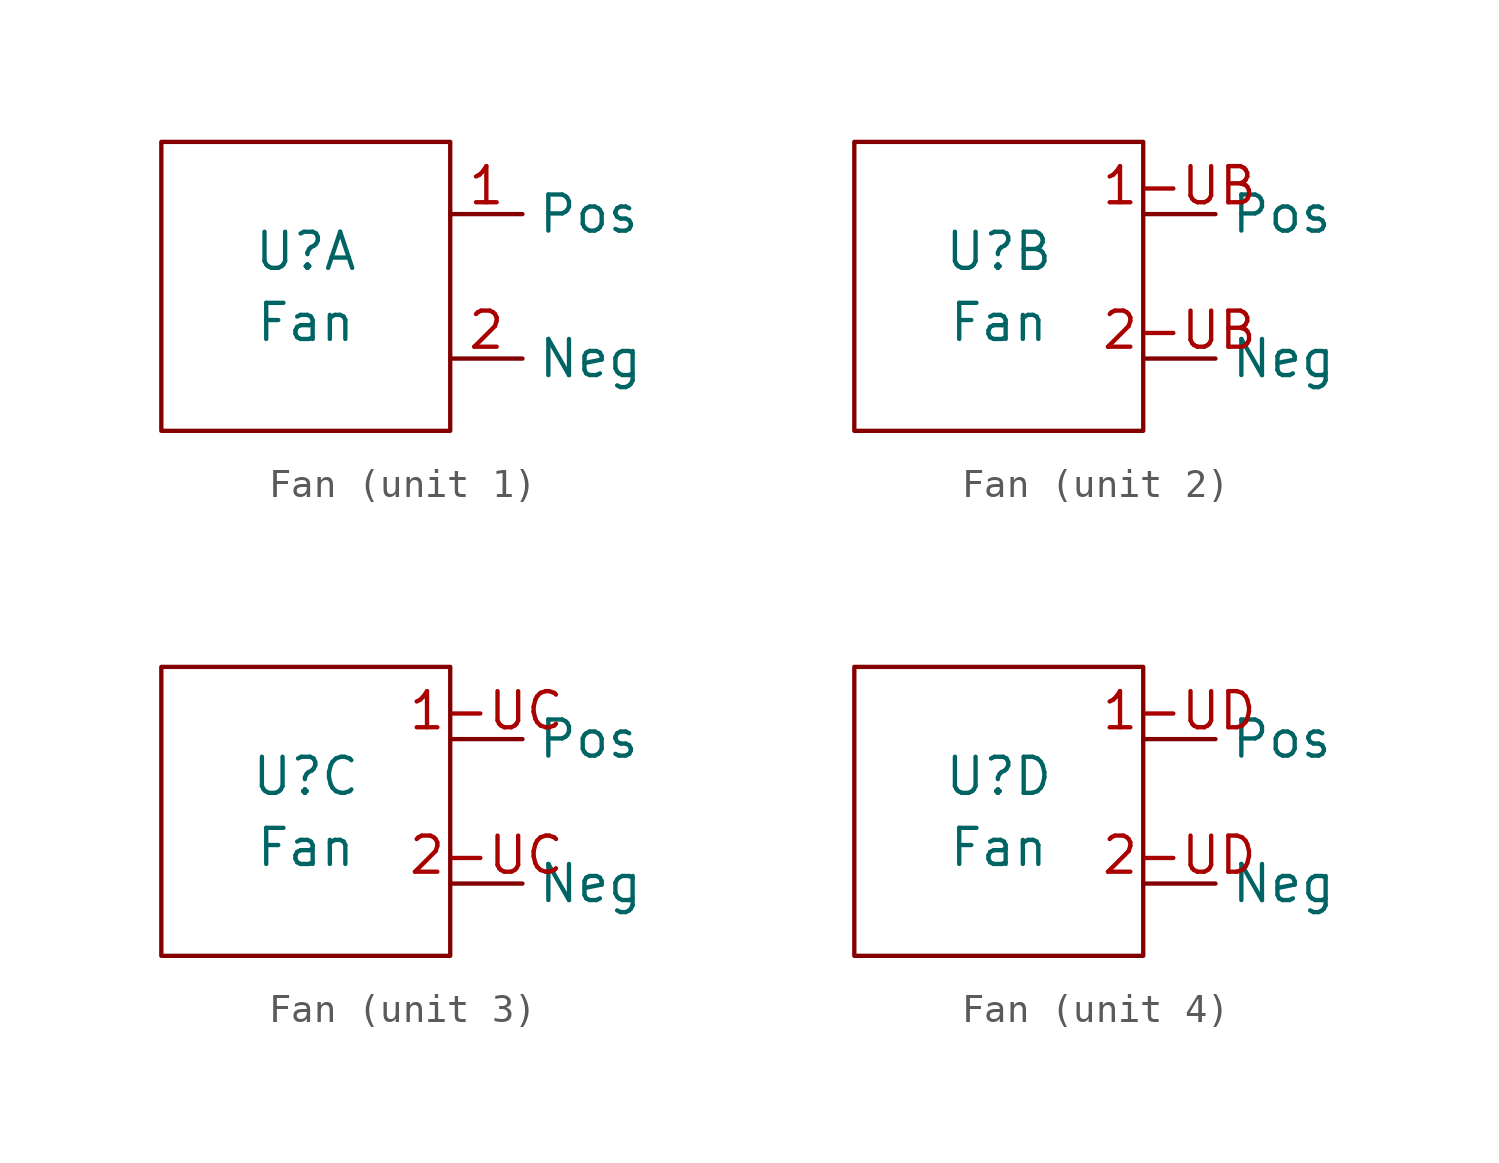
<source format=kicad_sym>
(kicad_symbol_lib
  (version 20211014)
  (generator kicad_symbol_editor)
  (symbol "Fan"
    (property "Reference" "U"
      (at 0 2.5 0)
      (effects (font (size 1.27 1.27))))
    (property "Value" "Fan"
      (at 0 0 0)
      (effects (font (size 1.27 1.27))))
    (symbol "Fan_0_1"
      (rectangle (start -5.08 6.35) (end 5.08 -3.81) (stroke (width 0) (type default) (color 0 0 0 0)) (fill (type none))))
    (symbol "Fan_1_1"
      (pin input line (at 5.08 3.81 0) (length 2.54) (name "Pos" (effects (font (size 1.27 1.27)))) (number "1" (effects (font (size 1.27 1.27)))))
      (pin output line (at 5.08 -1.27 0) (length 2.54) (name "Neg" (effects (font (size 1.27 1.27)))) (number "2" (effects (font (size 1.27 1.27))))))
    (symbol "Fan_2_1"
      (pin input line (at 5.08 3.81 0) (length 2.54) (name "Pos" (effects (font (size 1.27 1.27)))) (number "1-UB" (effects (font (size 1.27 1.27)))))
      (pin output line (at 5.08 -1.27 0) (length 2.54) (name "Neg" (effects (font (size 1.27 1.27)))) (number "2-UB" (effects (font (size 1.27 1.27))))))
    (symbol "Fan_3_1"
      (pin input line (at 5.08 3.81 0) (length 2.54) (name "Pos" (effects (font (size 1.27 1.27)))) (number "1-UC" (effects (font (size 1.27 1.27)))))
      (pin output line (at 5.08 -1.27 0) (length 2.54) (name "Neg" (effects (font (size 1.27 1.27)))) (number "2-UC" (effects (font (size 1.27 1.27))))))
    (symbol "Fan_4_1"
      (pin input line (at 5.08 3.81 0) (length 2.54) (name "Pos" (effects (font (size 1.27 1.27)))) (number "1-UD" (effects (font (size 1.27 1.27)))))
      (pin output line (at 5.08 -1.27 0) (length 2.54) (name "Neg" (effects (font (size 1.27 1.27)))) (number "2-UD" (effects (font (size 1.27 1.27))))))))
</source>
